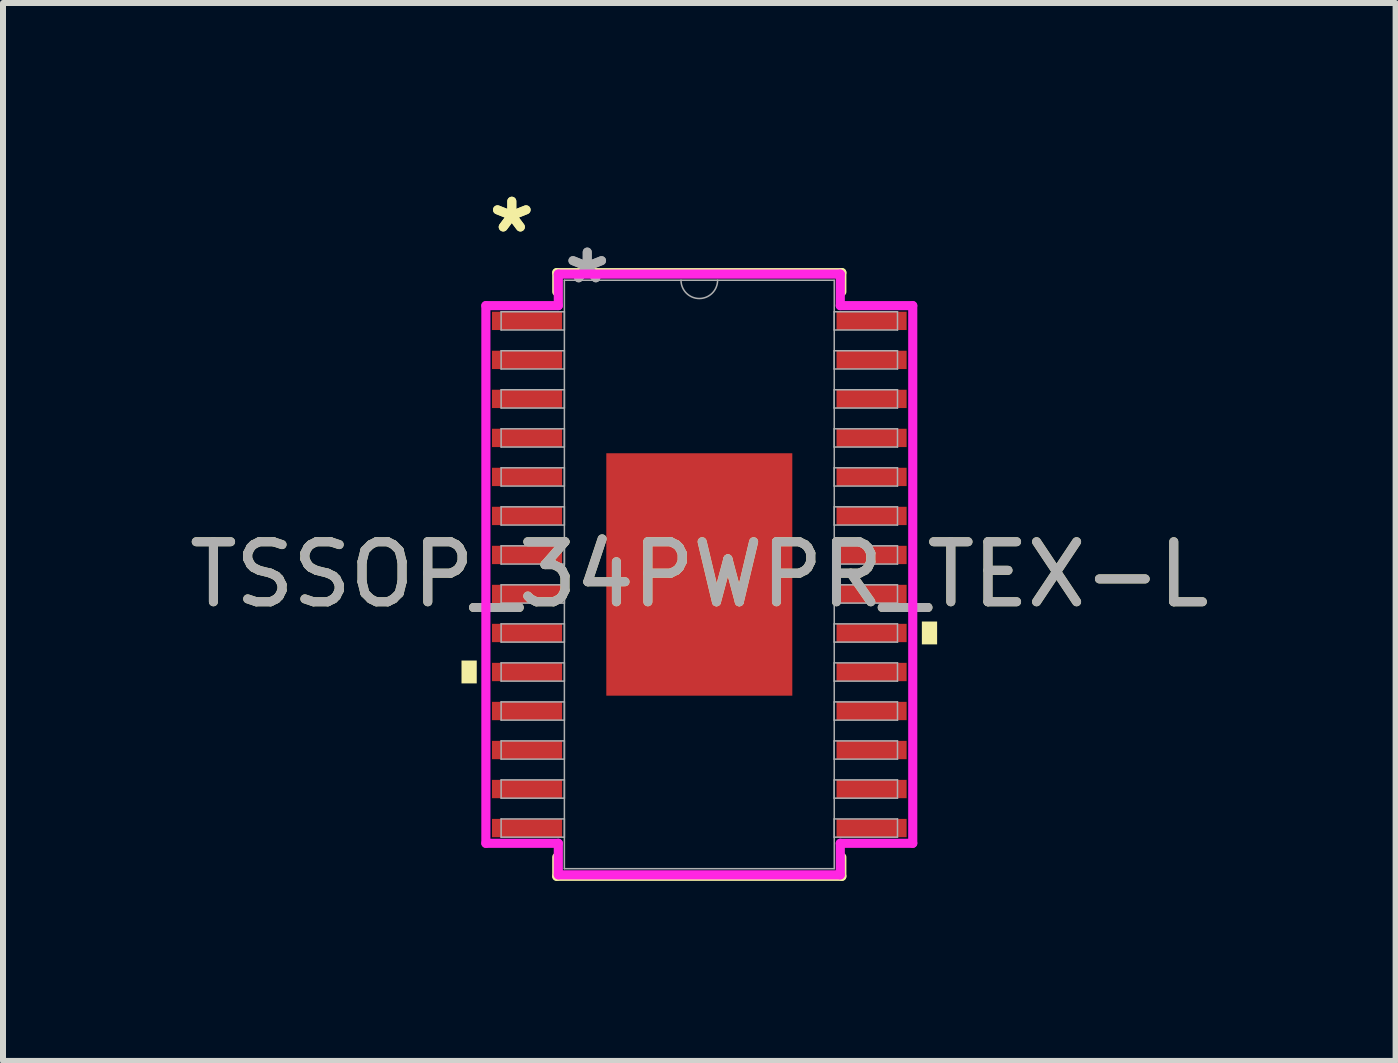
<source format=kicad_pcb>
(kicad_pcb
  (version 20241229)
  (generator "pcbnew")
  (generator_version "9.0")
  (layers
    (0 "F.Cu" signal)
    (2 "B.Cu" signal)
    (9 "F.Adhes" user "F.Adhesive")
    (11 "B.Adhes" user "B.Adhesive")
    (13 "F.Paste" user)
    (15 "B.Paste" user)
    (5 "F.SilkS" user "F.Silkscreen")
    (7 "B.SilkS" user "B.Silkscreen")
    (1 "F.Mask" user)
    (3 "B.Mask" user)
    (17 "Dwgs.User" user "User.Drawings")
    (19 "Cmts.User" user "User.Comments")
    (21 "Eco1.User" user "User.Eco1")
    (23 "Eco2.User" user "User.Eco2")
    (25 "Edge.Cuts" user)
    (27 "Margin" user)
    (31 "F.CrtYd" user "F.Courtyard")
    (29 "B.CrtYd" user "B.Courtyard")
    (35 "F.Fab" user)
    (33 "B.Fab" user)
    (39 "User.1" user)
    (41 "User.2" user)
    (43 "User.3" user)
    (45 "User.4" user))
  (footprint "TSSOP_34PWPR_TEX-L"
    (layer "F.Cu")
    (at 8.601 6.521)
    (property "Reference" "TSSOP_34PWPR_TEX-L" (at 0 0 0) (unlocked yes) (layer "F.SilkS") (effects (font (size 1 1) (thickness 0.15))))
    (attr smd)
    (fp_line (start -2.375 -5.029) (end -2.375 -4.71) (stroke (width 0.152) (type solid)) (layer "F.SilkS"))
    (fp_line (start -2.375 4.71) (end -2.375 5.029) (stroke (width 0.152) (type solid)) (layer "F.SilkS"))
    (fp_line (start -2.375 5.029) (end 2.375 5.029) (stroke (width 0.152) (type solid)) (layer "F.SilkS"))
    (fp_line (start 2.375 -5.029) (end -2.375 -5.029) (stroke (width 0.152) (type solid)) (layer "F.SilkS"))
    (fp_line (start 2.375 -4.71) (end 2.375 -5.029) (stroke (width 0.152) (type solid)) (layer "F.SilkS"))
    (fp_line (start 2.375 5.029) (end 2.375 4.71) (stroke (width 0.152) (type solid)) (layer "F.SilkS"))
    (fp_poly (pts (xy -3.962 1.434) (xy -3.962 1.815) (xy -3.708 1.815) (xy -3.708 1.434)) (stroke (width 0) (type solid)) (fill yes) (layer "F.SilkS"))
    (fp_poly (pts (xy 3.962 0.784) (xy 3.962 1.165) (xy 3.708 1.165) (xy 3.708 0.784)) (stroke (width 0) (type solid)) (fill yes) (layer "F.SilkS"))
    (fp_poly (pts (xy -1.449 -1.919) (xy -1.449 -0.773) (xy -0.1 -0.773) (xy -0.1 -1.919)) (stroke (width 0) (type solid)) (fill yes) (layer "F.Paste"))
    (fp_poly (pts (xy -1.449 -0.573) (xy -1.449 0.573) (xy -0.1 0.573) (xy -0.1 -0.573)) (stroke (width 0) (type solid)) (fill yes) (layer "F.Paste"))
    (fp_poly (pts (xy -1.449 0.773) (xy -1.449 1.919) (xy -0.1 1.919) (xy -0.1 0.773)) (stroke (width 0) (type solid)) (fill yes) (layer "F.Paste"))
    (fp_poly (pts (xy 0.1 -1.919) (xy 0.1 -0.773) (xy 1.449 -0.773) (xy 1.449 -1.919)) (stroke (width 0) (type solid)) (fill yes) (layer "F.Paste"))
    (fp_poly (pts (xy 0.1 -0.573) (xy 0.1 0.573) (xy 1.449 0.573) (xy 1.449 -0.573)) (stroke (width 0) (type solid)) (fill yes) (layer "F.Paste"))
    (fp_poly (pts (xy 0.1 0.773) (xy 0.1 1.919) (xy 1.449 1.919) (xy 1.449 0.773)) (stroke (width 0) (type solid)) (fill yes) (layer "F.Paste"))
    (fp_line (start -3.556 -4.479) (end -2.349 -4.479) (stroke (width 0.152) (type solid)) (layer "F.CrtYd"))
    (fp_line (start -3.556 4.479) (end -3.556 -4.479) (stroke (width 0.152) (type solid)) (layer "F.CrtYd"))
    (fp_line (start -3.556 4.479) (end -2.349 4.479) (stroke (width 0.152) (type solid)) (layer "F.CrtYd"))
    (fp_line (start -2.349 -5.004) (end 2.349 -5.004) (stroke (width 0.152) (type solid)) (layer "F.CrtYd"))
    (fp_line (start -2.349 -4.479) (end -2.349 -5.004) (stroke (width 0.152) (type solid)) (layer "F.CrtYd"))
    (fp_line (start -2.349 5.004) (end -2.349 4.479) (stroke (width 0.152) (type solid)) (layer "F.CrtYd"))
    (fp_line (start 2.349 -5.004) (end 2.349 -4.479) (stroke (width 0.152) (type solid)) (layer "F.CrtYd"))
    (fp_line (start 2.349 4.479) (end 2.349 5.004) (stroke (width 0.152) (type solid)) (layer "F.CrtYd"))
    (fp_line (start 2.349 5.004) (end -2.349 5.004) (stroke (width 0.152) (type solid)) (layer "F.CrtYd"))
    (fp_line (start 3.556 -4.479) (end 2.349 -4.479) (stroke (width 0.152) (type solid)) (layer "F.CrtYd"))
    (fp_line (start 3.556 -4.479) (end 3.556 4.479) (stroke (width 0.152) (type solid)) (layer "F.CrtYd"))
    (fp_line (start 3.556 4.479) (end 2.349 4.479) (stroke (width 0.152) (type solid)) (layer "F.CrtYd"))
    (fp_line (start -3.302 -4.377) (end -3.302 -4.073) (stroke (width 0.025) (type solid)) (layer "F.Fab"))
    (fp_line (start -3.302 -4.073) (end -2.248 -4.073) (stroke (width 0.025) (type solid)) (layer "F.Fab"))
    (fp_line (start -3.302 -3.727) (end -3.302 -3.423) (stroke (width 0.025) (type solid)) (layer "F.Fab"))
    (fp_line (start -3.302 -3.423) (end -2.248 -3.423) (stroke (width 0.025) (type solid)) (layer "F.Fab"))
    (fp_line (start -3.302 -3.077) (end -3.302 -2.773) (stroke (width 0.025) (type solid)) (layer "F.Fab"))
    (fp_line (start -3.302 -2.773) (end -2.248 -2.773) (stroke (width 0.025) (type solid)) (layer "F.Fab"))
    (fp_line (start -3.302 -2.427) (end -3.302 -2.123) (stroke (width 0.025) (type solid)) (layer "F.Fab"))
    (fp_line (start -3.302 -2.123) (end -2.248 -2.123) (stroke (width 0.025) (type solid)) (layer "F.Fab"))
    (fp_line (start -3.302 -1.777) (end -3.302 -1.473) (stroke (width 0.025) (type solid)) (layer "F.Fab"))
    (fp_line (start -3.302 -1.473) (end -2.248 -1.473) (stroke (width 0.025) (type solid)) (layer "F.Fab"))
    (fp_line (start -3.302 -1.127) (end -3.302 -0.823) (stroke (width 0.025) (type solid)) (layer "F.Fab"))
    (fp_line (start -3.302 -0.823) (end -2.248 -0.823) (stroke (width 0.025) (type solid)) (layer "F.Fab"))
    (fp_line (start -3.302 -0.477) (end -3.302 -0.173) (stroke (width 0.025) (type solid)) (layer "F.Fab"))
    (fp_line (start -3.302 -0.173) (end -2.248 -0.173) (stroke (width 0.025) (type solid)) (layer "F.Fab"))
    (fp_line (start -3.302 0.173) (end -3.302 0.477) (stroke (width 0.025) (type solid)) (layer "F.Fab"))
    (fp_line (start -3.302 0.477) (end -2.248 0.477) (stroke (width 0.025) (type solid)) (layer "F.Fab"))
    (fp_line (start -3.302 0.823) (end -3.302 1.127) (stroke (width 0.025) (type solid)) (layer "F.Fab"))
    (fp_line (start -3.302 1.127) (end -2.248 1.127) (stroke (width 0.025) (type solid)) (layer "F.Fab"))
    (fp_line (start -3.302 1.473) (end -3.302 1.777) (stroke (width 0.025) (type solid)) (layer "F.Fab"))
    (fp_line (start -3.302 1.777) (end -2.248 1.777) (stroke (width 0.025) (type solid)) (layer "F.Fab"))
    (fp_line (start -3.302 2.123) (end -3.302 2.427) (stroke (width 0.025) (type solid)) (layer "F.Fab"))
    (fp_line (start -3.302 2.427) (end -2.248 2.427) (stroke (width 0.025) (type solid)) (layer "F.Fab"))
    (fp_line (start -3.302 2.773) (end -3.302 3.077) (stroke (width 0.025) (type solid)) (layer "F.Fab"))
    (fp_line (start -3.302 3.077) (end -2.248 3.077) (stroke (width 0.025) (type solid)) (layer "F.Fab"))
    (fp_line (start -3.302 3.423) (end -3.302 3.727) (stroke (width 0.025) (type solid)) (layer "F.Fab"))
    (fp_line (start -3.302 3.727) (end -2.248 3.727) (stroke (width 0.025) (type solid)) (layer "F.Fab"))
    (fp_line (start -3.302 4.073) (end -3.302 4.377) (stroke (width 0.025) (type solid)) (layer "F.Fab"))
    (fp_line (start -3.302 4.377) (end -2.248 4.377) (stroke (width 0.025) (type solid)) (layer "F.Fab"))
    (fp_line (start -2.248 -4.902) (end -2.248 4.902) (stroke (width 0.025) (type solid)) (layer "F.Fab"))
    (fp_line (start -2.248 -4.377) (end -3.302 -4.377) (stroke (width 0.025) (type solid)) (layer "F.Fab"))
    (fp_line (start -2.248 -4.073) (end -2.248 -4.377) (stroke (width 0.025) (type solid)) (layer "F.Fab"))
    (fp_line (start -2.248 -3.727) (end -3.302 -3.727) (stroke (width 0.025) (type solid)) (layer "F.Fab"))
    (fp_line (start -2.248 -3.423) (end -2.248 -3.727) (stroke (width 0.025) (type solid)) (layer "F.Fab"))
    (fp_line (start -2.248 -3.077) (end -3.302 -3.077) (stroke (width 0.025) (type solid)) (layer "F.Fab"))
    (fp_line (start -2.248 -2.773) (end -2.248 -3.077) (stroke (width 0.025) (type solid)) (layer "F.Fab"))
    (fp_line (start -2.248 -2.427) (end -3.302 -2.427) (stroke (width 0.025) (type solid)) (layer "F.Fab"))
    (fp_line (start -2.248 -2.123) (end -2.248 -2.427) (stroke (width 0.025) (type solid)) (layer "F.Fab"))
    (fp_line (start -2.248 -1.777) (end -3.302 -1.777) (stroke (width 0.025) (type solid)) (layer "F.Fab"))
    (fp_line (start -2.248 -1.473) (end -2.248 -1.777) (stroke (width 0.025) (type solid)) (layer "F.Fab"))
    (fp_line (start -2.248 -1.127) (end -3.302 -1.127) (stroke (width 0.025) (type solid)) (layer "F.Fab"))
    (fp_line (start -2.248 -0.823) (end -2.248 -1.127) (stroke (width 0.025) (type solid)) (layer "F.Fab"))
    (fp_line (start -2.248 -0.477) (end -3.302 -0.477) (stroke (width 0.025) (type solid)) (layer "F.Fab"))
    (fp_line (start -2.248 -0.173) (end -2.248 -0.477) (stroke (width 0.025) (type solid)) (layer "F.Fab"))
    (fp_line (start -2.248 0.173) (end -3.302 0.173) (stroke (width 0.025) (type solid)) (layer "F.Fab"))
    (fp_line (start -2.248 0.477) (end -2.248 0.173) (stroke (width 0.025) (type solid)) (layer "F.Fab"))
    (fp_line (start -2.248 0.823) (end -3.302 0.823) (stroke (width 0.025) (type solid)) (layer "F.Fab"))
    (fp_line (start -2.248 1.127) (end -2.248 0.823) (stroke (width 0.025) (type solid)) (layer "F.Fab"))
    (fp_line (start -2.248 1.473) (end -3.302 1.473) (stroke (width 0.025) (type solid)) (layer "F.Fab"))
    (fp_line (start -2.248 1.777) (end -2.248 1.473) (stroke (width 0.025) (type solid)) (layer "F.Fab"))
    (fp_line (start -2.248 2.123) (end -3.302 2.123) (stroke (width 0.025) (type solid)) (layer "F.Fab"))
    (fp_line (start -2.248 2.427) (end -2.248 2.123) (stroke (width 0.025) (type solid)) (layer "F.Fab"))
    (fp_line (start -2.248 2.773) (end -3.302 2.773) (stroke (width 0.025) (type solid)) (layer "F.Fab"))
    (fp_line (start -2.248 3.077) (end -2.248 2.773) (stroke (width 0.025) (type solid)) (layer "F.Fab"))
    (fp_line (start -2.248 3.423) (end -3.302 3.423) (stroke (width 0.025) (type solid)) (layer "F.Fab"))
    (fp_line (start -2.248 3.727) (end -2.248 3.423) (stroke (width 0.025) (type solid)) (layer "F.Fab"))
    (fp_line (start -2.248 4.073) (end -3.302 4.073) (stroke (width 0.025) (type solid)) (layer "F.Fab"))
    (fp_line (start -2.248 4.377) (end -2.248 4.073) (stroke (width 0.025) (type solid)) (layer "F.Fab"))
    (fp_line (start -2.248 4.902) (end 2.248 4.902) (stroke (width 0.025) (type solid)) (layer "F.Fab"))
    (fp_line (start 2.248 -4.902) (end -2.248 -4.902) (stroke (width 0.025) (type solid)) (layer "F.Fab"))
    (fp_line (start 2.248 -4.377) (end 2.248 -4.073) (stroke (width 0.025) (type solid)) (layer "F.Fab"))
    (fp_line (start 2.248 -4.073) (end 3.302 -4.073) (stroke (width 0.025) (type solid)) (layer "F.Fab"))
    (fp_line (start 2.248 -3.727) (end 2.248 -3.423) (stroke (width 0.025) (type solid)) (layer "F.Fab"))
    (fp_line (start 2.248 -3.423) (end 3.302 -3.423) (stroke (width 0.025) (type solid)) (layer "F.Fab"))
    (fp_line (start 2.248 -3.077) (end 2.248 -2.773) (stroke (width 0.025) (type solid)) (layer "F.Fab"))
    (fp_line (start 2.248 -2.773) (end 3.302 -2.773) (stroke (width 0.025) (type solid)) (layer "F.Fab"))
    (fp_line (start 2.248 -2.427) (end 2.248 -2.123) (stroke (width 0.025) (type solid)) (layer "F.Fab"))
    (fp_line (start 2.248 -2.123) (end 3.302 -2.123) (stroke (width 0.025) (type solid)) (layer "F.Fab"))
    (fp_line (start 2.248 -1.777) (end 2.248 -1.473) (stroke (width 0.025) (type solid)) (layer "F.Fab"))
    (fp_line (start 2.248 -1.473) (end 3.302 -1.473) (stroke (width 0.025) (type solid)) (layer "F.Fab"))
    (fp_line (start 2.248 -1.127) (end 2.248 -0.823) (stroke (width 0.025) (type solid)) (layer "F.Fab"))
    (fp_line (start 2.248 -0.823) (end 3.302 -0.823) (stroke (width 0.025) (type solid)) (layer "F.Fab"))
    (fp_line (start 2.248 -0.477) (end 2.248 -0.173) (stroke (width 0.025) (type solid)) (layer "F.Fab"))
    (fp_line (start 2.248 -0.173) (end 3.302 -0.173) (stroke (width 0.025) (type solid)) (layer "F.Fab"))
    (fp_line (start 2.248 0.173) (end 2.248 0.477) (stroke (width 0.025) (type solid)) (layer "F.Fab"))
    (fp_line (start 2.248 0.477) (end 3.302 0.477) (stroke (width 0.025) (type solid)) (layer "F.Fab"))
    (fp_line (start 2.248 0.823) (end 2.248 1.127) (stroke (width 0.025) (type solid)) (layer "F.Fab"))
    (fp_line (start 2.248 1.127) (end 3.302 1.127) (stroke (width 0.025) (type solid)) (layer "F.Fab"))
    (fp_line (start 2.248 1.473) (end 2.248 1.777) (stroke (width 0.025) (type solid)) (layer "F.Fab"))
    (fp_line (start 2.248 1.777) (end 3.302 1.777) (stroke (width 0.025) (type solid)) (layer "F.Fab"))
    (fp_line (start 2.248 2.123) (end 2.248 2.427) (stroke (width 0.025) (type solid)) (layer "F.Fab"))
    (fp_line (start 2.248 2.427) (end 3.302 2.427) (stroke (width 0.025) (type solid)) (layer "F.Fab"))
    (fp_line (start 2.248 2.773) (end 2.248 3.077) (stroke (width 0.025) (type solid)) (layer "F.Fab"))
    (fp_line (start 2.248 3.077) (end 3.302 3.077) (stroke (width 0.025) (type solid)) (layer "F.Fab"))
    (fp_line (start 2.248 3.423) (end 2.248 3.727) (stroke (width 0.025) (type solid)) (layer "F.Fab"))
    (fp_line (start 2.248 3.727) (end 3.302 3.727) (stroke (width 0.025) (type solid)) (layer "F.Fab"))
    (fp_line (start 2.248 4.073) (end 2.248 4.377) (stroke (width 0.025) (type solid)) (layer "F.Fab"))
    (fp_line (start 2.248 4.377) (end 3.302 4.377) (stroke (width 0.025) (type solid)) (layer "F.Fab"))
    (fp_line (start 2.248 4.902) (end 2.248 -4.902) (stroke (width 0.025) (type solid)) (layer "F.Fab"))
    (fp_line (start 3.302 -4.377) (end 2.248 -4.377) (stroke (width 0.025) (type solid)) (layer "F.Fab"))
    (fp_line (start 3.302 -4.073) (end 3.302 -4.377) (stroke (width 0.025) (type solid)) (layer "F.Fab"))
    (fp_line (start 3.302 -3.727) (end 2.248 -3.727) (stroke (width 0.025) (type solid)) (layer "F.Fab"))
    (fp_line (start 3.302 -3.423) (end 3.302 -3.727) (stroke (width 0.025) (type solid)) (layer "F.Fab"))
    (fp_line (start 3.302 -3.077) (end 2.248 -3.077) (stroke (width 0.025) (type solid)) (layer "F.Fab"))
    (fp_line (start 3.302 -2.773) (end 3.302 -3.077) (stroke (width 0.025) (type solid)) (layer "F.Fab"))
    (fp_line (start 3.302 -2.427) (end 2.248 -2.427) (stroke (width 0.025) (type solid)) (layer "F.Fab"))
    (fp_line (start 3.302 -2.123) (end 3.302 -2.427) (stroke (width 0.025) (type solid)) (layer "F.Fab"))
    (fp_line (start 3.302 -1.777) (end 2.248 -1.777) (stroke (width 0.025) (type solid)) (layer "F.Fab"))
    (fp_line (start 3.302 -1.473) (end 3.302 -1.777) (stroke (width 0.025) (type solid)) (layer "F.Fab"))
    (fp_line (start 3.302 -1.127) (end 2.248 -1.127) (stroke (width 0.025) (type solid)) (layer "F.Fab"))
    (fp_line (start 3.302 -0.823) (end 3.302 -1.127) (stroke (width 0.025) (type solid)) (layer "F.Fab"))
    (fp_line (start 3.302 -0.477) (end 2.248 -0.477) (stroke (width 0.025) (type solid)) (layer "F.Fab"))
    (fp_line (start 3.302 -0.173) (end 3.302 -0.477) (stroke (width 0.025) (type solid)) (layer "F.Fab"))
    (fp_line (start 3.302 0.173) (end 2.248 0.173) (stroke (width 0.025) (type solid)) (layer "F.Fab"))
    (fp_line (start 3.302 0.477) (end 3.302 0.173) (stroke (width 0.025) (type solid)) (layer "F.Fab"))
    (fp_line (start 3.302 0.823) (end 2.248 0.823) (stroke (width 0.025) (type solid)) (layer "F.Fab"))
    (fp_line (start 3.302 1.127) (end 3.302 0.823) (stroke (width 0.025) (type solid)) (layer "F.Fab"))
    (fp_line (start 3.302 1.473) (end 2.248 1.473) (stroke (width 0.025) (type solid)) (layer "F.Fab"))
    (fp_line (start 3.302 1.777) (end 3.302 1.473) (stroke (width 0.025) (type solid)) (layer "F.Fab"))
    (fp_line (start 3.302 2.123) (end 2.248 2.123) (stroke (width 0.025) (type solid)) (layer "F.Fab"))
    (fp_line (start 3.302 2.427) (end 3.302 2.123) (stroke (width 0.025) (type solid)) (layer "F.Fab"))
    (fp_line (start 3.302 2.773) (end 2.248 2.773) (stroke (width 0.025) (type solid)) (layer "F.Fab"))
    (fp_line (start 3.302 3.077) (end 3.302 2.773) (stroke (width 0.025) (type solid)) (layer "F.Fab"))
    (fp_line (start 3.302 3.423) (end 2.248 3.423) (stroke (width 0.025) (type solid)) (layer "F.Fab"))
    (fp_line (start 3.302 3.727) (end 3.302 3.423) (stroke (width 0.025) (type solid)) (layer "F.Fab"))
    (fp_line (start 3.302 4.073) (end 2.248 4.073) (stroke (width 0.025) (type solid)) (layer "F.Fab"))
    (fp_line (start 3.302 4.377) (end 3.302 4.073) (stroke (width 0.025) (type solid)) (layer "F.Fab"))
    (fp_arc (start 0.3048 -4.9022) (mid 0 -4.5974) (end -0.3048 -4.9022) (stroke (width 0.0254) (type solid)) (layer "F.Fab"))
    (fp_text user "*" (at -3.124 -5.673 0) (layer "F.SilkS") (effects (font (size 1 1) (thickness 0.15))))
    (fp_text user "*" (at -3.124 -5.673 0) (unlocked yes) (layer "F.SilkS") (effects (font (size 1 1) (thickness 0.15))))
    (fp_text user "*" (at -1.867 -4.826 0) (layer "F.Fab") (effects (font (size 1 1) (thickness 0.15))))
    (fp_text user "*" (at -1.867 -4.826 0) (unlocked yes) (layer "F.Fab") (effects (font (size 1 1) (thickness 0.15))))
    (fp_text user "${REFERENCE}" (at 0 0 0) (unlocked yes) (layer "F.Fab") (effects (font (size 1 1) (thickness 0.15))))
    (pad "1" smd rect (at -2.87 -4.225) (size 1.168 0.305) (layers "F.Cu" "F.Mask" "F.Paste"))
    (pad "2" smd rect (at -2.87 -3.575) (size 1.168 0.305) (layers "F.Cu" "F.Mask" "F.Paste"))
    (pad "3" smd rect (at -2.87 -2.925) (size 1.168 0.305) (layers "F.Cu" "F.Mask" "F.Paste"))
    (pad "4" smd rect (at -2.87 -2.275) (size 1.168 0.305) (layers "F.Cu" "F.Mask" "F.Paste"))
    (pad "5" smd rect (at -2.87 -1.625) (size 1.168 0.305) (layers "F.Cu" "F.Mask" "F.Paste"))
    (pad "6" smd rect (at -2.87 -0.975) (size 1.168 0.305) (layers "F.Cu" "F.Mask" "F.Paste"))
    (pad "7" smd rect (at -2.87 -0.325) (size 1.168 0.305) (layers "F.Cu" "F.Mask" "F.Paste"))
    (pad "8" smd rect (at -2.87 0.325) (size 1.168 0.305) (layers "F.Cu" "F.Mask" "F.Paste"))
    (pad "9" smd rect (at -2.87 0.975) (size 1.168 0.305) (layers "F.Cu" "F.Mask" "F.Paste"))
    (pad "10" smd rect (at -2.87 1.625) (size 1.168 0.305) (layers "F.Cu" "F.Mask" "F.Paste"))
    (pad "11" smd rect (at -2.87 2.275) (size 1.168 0.305) (layers "F.Cu" "F.Mask" "F.Paste"))
    (pad "12" smd rect (at -2.87 2.925) (size 1.168 0.305) (layers "F.Cu" "F.Mask" "F.Paste"))
    (pad "13" smd rect (at -2.87 3.575) (size 1.168 0.305) (layers "F.Cu" "F.Mask" "F.Paste"))
    (pad "14" smd rect (at -2.87 4.225) (size 1.168 0.305) (layers "F.Cu" "F.Mask" "F.Paste"))
    (pad "15" smd rect (at 2.87 4.225) (size 1.168 0.305) (layers "F.Cu" "F.Mask" "F.Paste"))
    (pad "16" smd rect (at 2.87 3.575) (size 1.168 0.305) (layers "F.Cu" "F.Mask" "F.Paste"))
    (pad "17" smd rect (at 2.87 2.925) (size 1.168 0.305) (layers "F.Cu" "F.Mask" "F.Paste"))
    (pad "18" smd rect (at 2.87 2.275) (size 1.168 0.305) (layers "F.Cu" "F.Mask" "F.Paste"))
    (pad "19" smd rect (at 2.87 1.625) (size 1.168 0.305) (layers "F.Cu" "F.Mask" "F.Paste"))
    (pad "20" smd rect (at 2.87 0.975) (size 1.168 0.305) (layers "F.Cu" "F.Mask" "F.Paste"))
    (pad "21" smd rect (at 2.87 0.325) (size 1.168 0.305) (layers "F.Cu" "F.Mask" "F.Paste"))
    (pad "22" smd rect (at 2.87 -0.325) (size 1.168 0.305) (layers "F.Cu" "F.Mask" "F.Paste"))
    (pad "23" smd rect (at 2.87 -0.975) (size 1.168 0.305) (layers "F.Cu" "F.Mask" "F.Paste"))
    (pad "24" smd rect (at 2.87 -1.625) (size 1.168 0.305) (layers "F.Cu" "F.Mask" "F.Paste"))
    (pad "25" smd rect (at 2.87 -2.275) (size 1.168 0.305) (layers "F.Cu" "F.Mask" "F.Paste"))
    (pad "26" smd rect (at 2.87 -2.925) (size 1.168 0.305) (layers "F.Cu" "F.Mask" "F.Paste"))
    (pad "27" smd rect (at 2.87 -3.575) (size 1.168 0.305) (layers "F.Cu" "F.Mask" "F.Paste"))
    (pad "28" smd rect (at 2.87 -4.225) (size 1.168 0.305) (layers "F.Cu" "F.Mask" "F.Paste"))
    (pad "EPAD" smd rect (at 0 0) (size 3.099 4.039) (layers "F.Cu" "F.Mask")))
  (gr_rect
    (start -3 -3)
    (end 20.202 14.626)
    (stroke (width 0.1) (type default))
    (fill no)
    (layer "Edge.Cuts")))
</source>
